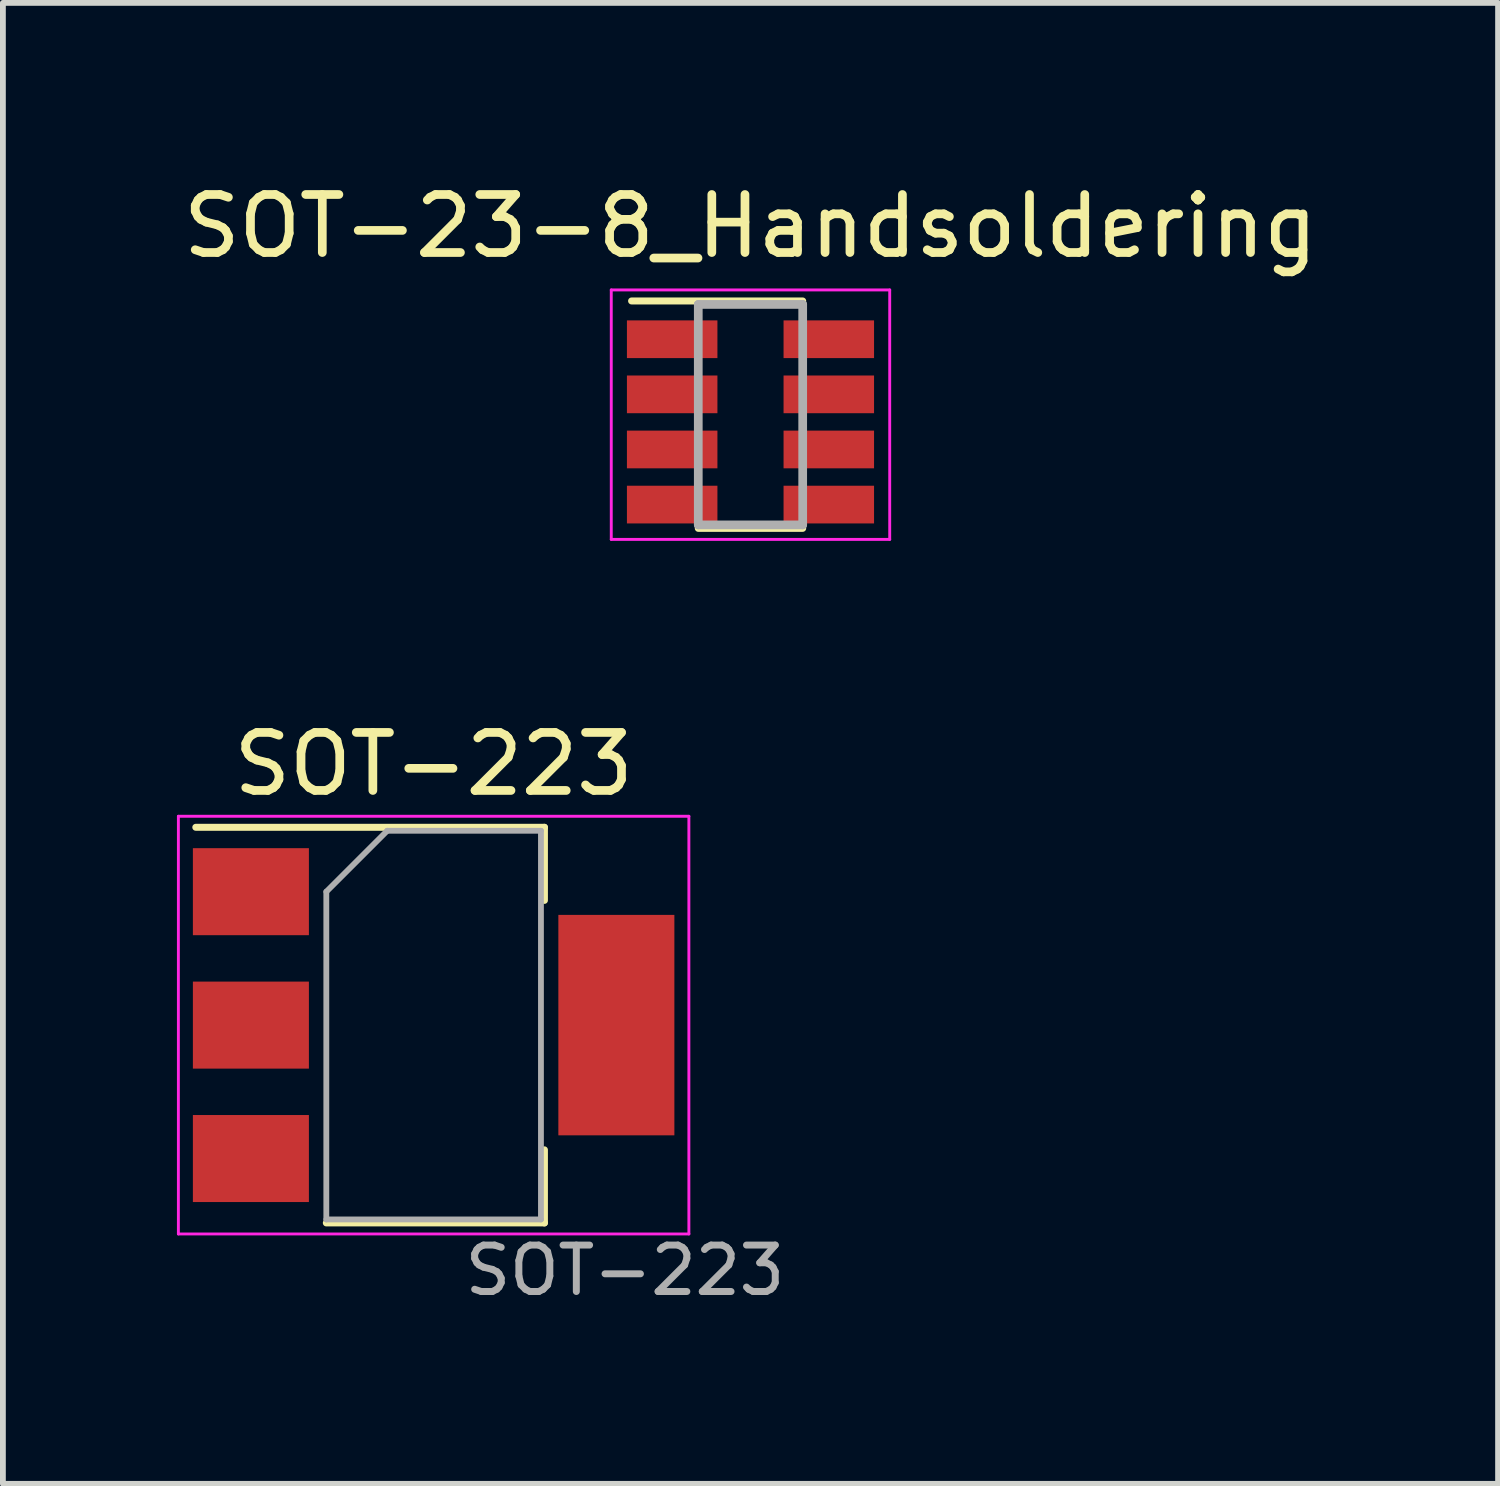
<source format=kicad_pcb>
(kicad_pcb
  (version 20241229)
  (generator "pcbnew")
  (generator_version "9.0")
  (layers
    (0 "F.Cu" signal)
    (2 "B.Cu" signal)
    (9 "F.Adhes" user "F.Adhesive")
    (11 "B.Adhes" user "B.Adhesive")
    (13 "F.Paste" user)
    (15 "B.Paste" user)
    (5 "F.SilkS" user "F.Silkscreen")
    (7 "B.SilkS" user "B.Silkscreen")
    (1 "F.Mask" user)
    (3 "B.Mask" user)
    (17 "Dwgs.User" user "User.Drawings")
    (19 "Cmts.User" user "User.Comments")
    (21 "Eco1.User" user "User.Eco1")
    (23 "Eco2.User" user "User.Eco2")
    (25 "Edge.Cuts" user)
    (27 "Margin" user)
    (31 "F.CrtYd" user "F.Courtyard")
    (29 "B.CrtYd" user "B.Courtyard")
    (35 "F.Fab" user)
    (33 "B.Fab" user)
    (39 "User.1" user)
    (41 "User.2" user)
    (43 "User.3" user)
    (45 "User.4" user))
  (footprint "SOT-23-8_Handsoldering"
    (layer "F.Cu")
    (at 9.887 3.748)
    (property "Reference" "SOT-23-8_Handsoldering" (at 0 -2.9 0) (layer "F.SilkS") (effects (font (size 1 1) (thickness 0.15))))
    (attr smd)
    (fp_line (start -0.9 2.31) (end 0.9 2.31) (stroke (width 0.12) (type solid)) (layer "F.SilkS"))
    (fp_line (start 0.9 -1.61) (end -2.05 -1.61) (stroke (width 0.12) (type solid)) (layer "F.SilkS"))
    (fp_line (start -2.4 -1.8) (end 2.4 -1.8) (stroke (width 0.05) (type solid)) (layer "F.CrtYd"))
    (fp_line (start -2.4 2.5) (end -2.4 -1.8) (stroke (width 0.05) (type solid)) (layer "F.CrtYd"))
    (fp_line (start 2.4 2.5) (end -2.4 2.5) (stroke (width 0.05) (type solid)) (layer "F.CrtYd"))
    (fp_line (start 2.4 2.5) (end 2.4 -1.8) (stroke (width 0.05) (type solid)) (layer "F.CrtYd"))
    (fp_line (start -0.9 -1.55) (end -0.9 2.25) (stroke (width 0.15) (type solid)) (layer "F.Fab"))
    (fp_line (start 0.9 -1.55) (end -0.9 -1.55) (stroke (width 0.15) (type solid)) (layer "F.Fab"))
    (fp_line (start 0.9 -1.55) (end 0.9 2.25) (stroke (width 0.15) (type solid)) (layer "F.Fab"))
    (fp_line (start 0.9 2.25) (end -0.9 2.25) (stroke (width 0.15) (type solid)) (layer "F.Fab"))
    (pad "1" smd rect (at -1.35 -0.95) (size 1.56 0.65) (layers "F.Cu" "F.Mask" "F.Paste"))
    (pad "2" smd rect (at -1.35 0) (size 1.56 0.65) (layers "F.Cu" "F.Mask" "F.Paste"))
    (pad "3" smd rect (at -1.35 0.95) (size 1.56 0.65) (layers "F.Cu" "F.Mask" "F.Paste"))
    (pad "4" smd rect (at -1.35 1.9) (size 1.56 0.65) (layers "F.Cu" "F.Mask" "F.Paste"))
    (pad "5" smd rect (at 1.35 1.9) (size 1.56 0.65) (layers "F.Cu" "F.Mask" "F.Paste"))
    (pad "6" smd rect (at 1.35 0.95) (size 1.56 0.65) (layers "F.Cu" "F.Mask" "F.Paste"))
    (pad "7" smd rect (at 1.35 0) (size 1.56 0.65) (layers "F.Cu" "F.Mask" "F.Paste"))
    (pad "8" smd rect (at 1.35 -0.95) (size 1.56 0.65) (layers "F.Cu" "F.Mask" "F.Paste")))
  (footprint "SOT-223"
    (layer "F.Cu")
    (at 4.425 14.621)
    (property "Reference" "SOT-223" (at 0 -4.5 0) (layer "F.SilkS") (effects (font (size 1 1) (thickness 0.15))))
    (attr smd)
    (fp_line (start -4.1 -3.41) (end 1.91 -3.41) (stroke (width 0.12) (type solid)) (layer "F.SilkS"))
    (fp_line (start -1.85 3.41) (end 1.91 3.41) (stroke (width 0.12) (type solid)) (layer "F.SilkS"))
    (fp_line (start 1.91 -3.41) (end 1.91 -2.15) (stroke (width 0.12) (type solid)) (layer "F.SilkS"))
    (fp_line (start 1.91 3.41) (end 1.91 2.15) (stroke (width 0.12) (type solid)) (layer "F.SilkS"))
    (fp_line (start -4.4 -3.6) (end -4.4 3.6) (stroke (width 0.05) (type solid)) (layer "F.CrtYd"))
    (fp_line (start -4.4 3.6) (end 4.4 3.6) (stroke (width 0.05) (type solid)) (layer "F.CrtYd"))
    (fp_line (start 4.4 -3.6) (end -4.4 -3.6) (stroke (width 0.05) (type solid)) (layer "F.CrtYd"))
    (fp_line (start 4.4 3.6) (end 4.4 -3.6) (stroke (width 0.05) (type solid)) (layer "F.CrtYd"))
    (fp_line (start -1.85 -2.3) (end -1.85 3.35) (stroke (width 0.1) (type solid)) (layer "F.Fab"))
    (fp_line (start -1.85 -2.3) (end -0.8 -3.35) (stroke (width 0.1) (type solid)) (layer "F.Fab"))
    (fp_line (start -1.85 3.35) (end 1.85 3.35) (stroke (width 0.1) (type solid)) (layer "F.Fab"))
    (fp_line (start -0.8 -3.35) (end 1.85 -3.35) (stroke (width 0.1) (type solid)) (layer "F.Fab"))
    (fp_line (start 1.85 -3.35) (end 1.85 3.35) (stroke (width 0.1) (type solid)) (layer "F.Fab"))
    (fp_text user "${REFERENCE}" (at 3.298 4.228 0) (layer "F.Fab") (effects (font (size 0.8 0.8) (thickness 0.12))))
    (pad "1" smd rect (at -3.15 -2.3) (size 2 1.5) (layers "F.Cu" "F.Mask" "F.Paste"))
    (pad "2" smd rect (at -3.15 0) (size 2 1.5) (layers "F.Cu" "F.Mask" "F.Paste"))
    (pad "3" smd rect (at -3.15 2.3) (size 2 1.5) (layers "F.Cu" "F.Mask" "F.Paste"))
    (pad "4" smd rect (at 3.15 0) (size 2 3.8) (layers "F.Cu" "F.Mask" "F.Paste")))
  (gr_rect
    (start -3 -3)
    (end 22.774 22.528)
    (stroke (width 0.1) (type default))
    (fill no)
    (layer "Edge.Cuts")))
</source>
